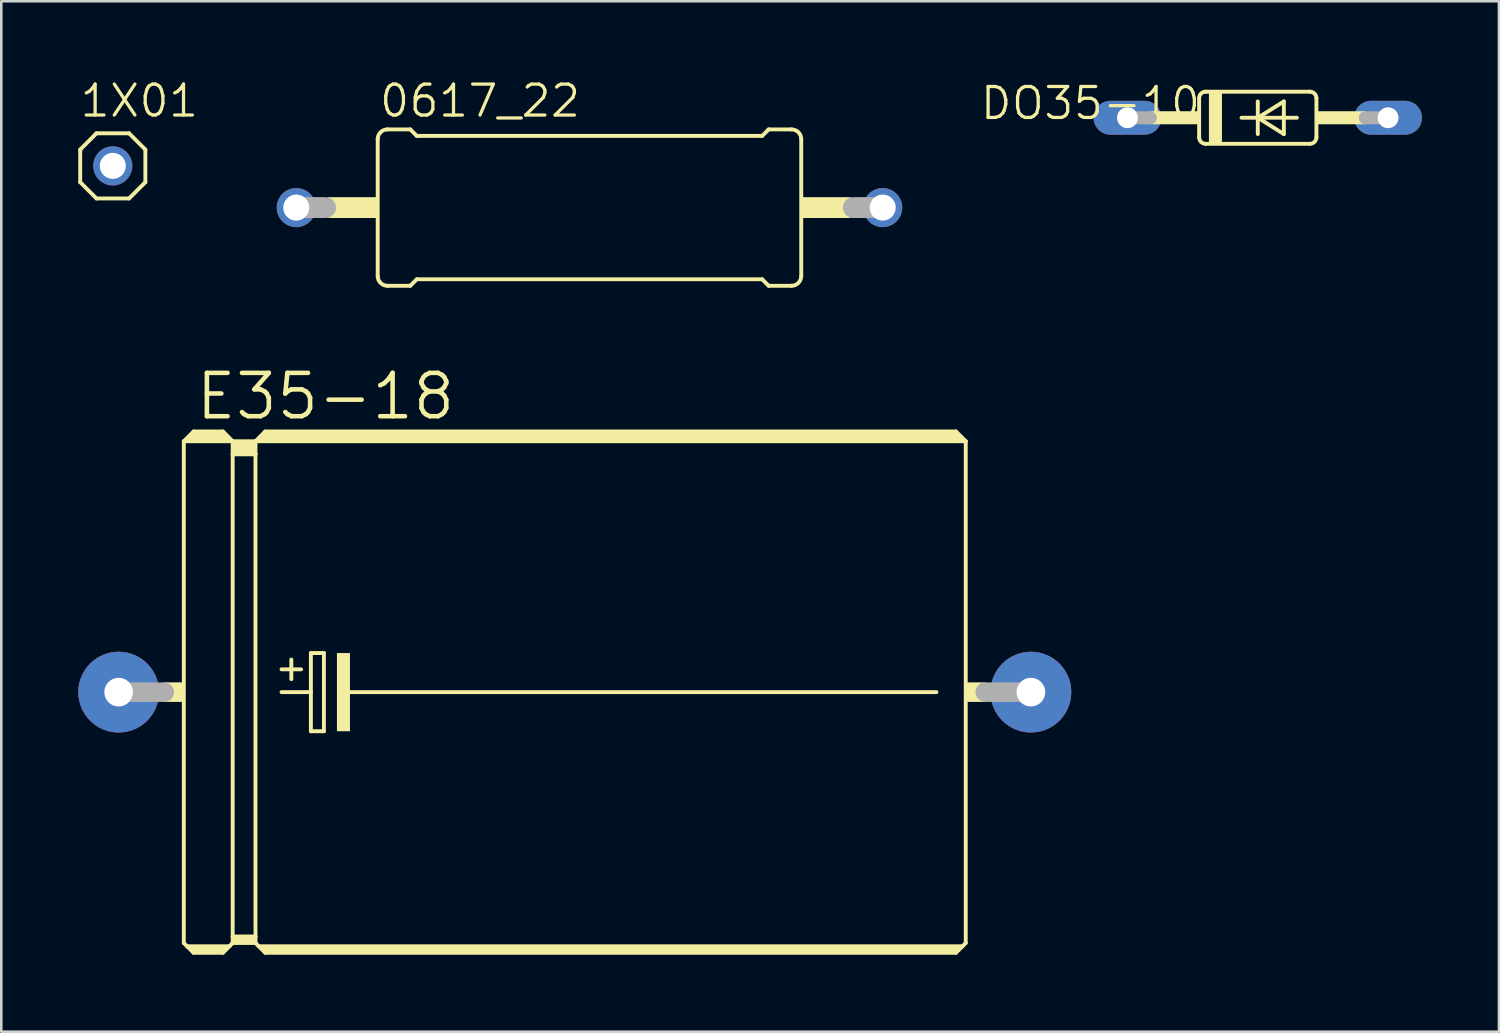
<source format=kicad_pcb>
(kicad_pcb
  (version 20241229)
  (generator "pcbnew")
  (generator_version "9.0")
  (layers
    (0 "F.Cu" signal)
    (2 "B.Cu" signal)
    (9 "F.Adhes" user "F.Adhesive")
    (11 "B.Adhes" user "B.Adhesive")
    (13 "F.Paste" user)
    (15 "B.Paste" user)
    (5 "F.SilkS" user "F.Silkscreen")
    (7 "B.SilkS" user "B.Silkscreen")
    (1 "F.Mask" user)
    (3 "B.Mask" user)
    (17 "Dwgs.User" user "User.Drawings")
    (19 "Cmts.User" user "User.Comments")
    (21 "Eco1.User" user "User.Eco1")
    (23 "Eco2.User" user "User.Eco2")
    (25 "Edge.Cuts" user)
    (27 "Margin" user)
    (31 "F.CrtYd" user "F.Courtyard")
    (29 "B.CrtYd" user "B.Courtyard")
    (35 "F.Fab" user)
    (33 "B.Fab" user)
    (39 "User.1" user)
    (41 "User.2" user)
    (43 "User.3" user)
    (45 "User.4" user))
  (footprint "1X01"
    (layer "F.Cu")
    (at 1.346 3.416)
    (property "Reference" "1X01" (at -1.346 -1.829 0) (layer "F.SilkS") (effects (font (size 1.206 1.206) (thickness 0.127)) (justify left bottom)))
    (attr through_hole)
    (fp_line (start -1.27 -0.635) (end -1.27 0.635) (stroke (width 0.152) (type solid)) (layer "F.SilkS"))
    (fp_line (start -1.27 0.635) (end -0.635 1.27) (stroke (width 0.152) (type solid)) (layer "F.SilkS"))
    (fp_line (start -0.635 -1.27) (end -1.27 -0.635) (stroke (width 0.152) (type solid)) (layer "F.SilkS"))
    (fp_line (start -0.635 -1.27) (end 0.635 -1.27) (stroke (width 0.152) (type solid)) (layer "F.SilkS"))
    (fp_line (start 0.635 -1.27) (end 1.27 -0.635) (stroke (width 0.152) (type solid)) (layer "F.SilkS"))
    (fp_line (start 0.635 1.27) (end -0.635 1.27) (stroke (width 0.152) (type solid)) (layer "F.SilkS"))
    (fp_line (start 1.27 -0.635) (end 1.27 0.635) (stroke (width 0.152) (type solid)) (layer "F.SilkS"))
    (fp_line (start 1.27 0.635) (end 0.635 1.27) (stroke (width 0.152) (type solid)) (layer "F.SilkS"))
    (fp_poly (pts (xy -0.254 0.254) (xy 0.254 0.254) (xy 0.254 -0.254) (xy -0.254 -0.254)) (stroke (width 0.1) (type solid)) (fill no) (layer "F.Fab"))
    (pad "1" thru_hole circle (at 0 0) (size 1.524 1.524) (drill 1.016) (layers "*.Cu" "*.Mask")))
  (footprint "E35-18"
    (layer "F.Cu")
    (at 19.355 23.93)
    (property "Reference" "E35-18" (at -14.859 -10.541 0) (layer "F.SilkS") (effects (font (size 1.689 1.689) (thickness 0.178)) (justify left bottom)))
    (attr through_hole)
    (fp_line (start -15.24 -9.779) (end -15.24 9.779) (stroke (width 0.152) (type solid)) (layer "F.SilkS"))
    (fp_line (start -15.24 -9.779) (end -14.859 -10.16) (stroke (width 0.152) (type solid)) (layer "F.SilkS"))
    (fp_line (start -15.24 -9.779) (end -13.335 -9.779) (stroke (width 0.152) (type solid)) (layer "F.SilkS"))
    (fp_line (start -15.24 9.779) (end -15.113 9.906) (stroke (width 0.152) (type solid)) (layer "F.SilkS"))
    (fp_line (start -15.113 9.906) (end -14.859 10.16) (stroke (width 0.152) (type solid)) (layer "F.SilkS"))
    (fp_line (start -15.113 9.906) (end -13.462 9.906) (stroke (width 0.152) (type solid)) (layer "F.SilkS"))
    (fp_line (start -14.986 -9.906) (end -13.589 -9.906) (stroke (width 0.305) (type solid)) (layer "F.SilkS"))
    (fp_line (start -14.859 -10.16) (end -13.716 -10.16) (stroke (width 0.152) (type solid)) (layer "F.SilkS"))
    (fp_line (start -14.859 -10.033) (end -13.716 -10.033) (stroke (width 0.305) (type solid)) (layer "F.SilkS"))
    (fp_line (start -14.859 10.033) (end -13.716 10.033) (stroke (width 0.305) (type solid)) (layer "F.SilkS"))
    (fp_line (start -14.859 10.16) (end -13.716 10.16) (stroke (width 0.152) (type solid)) (layer "F.SilkS"))
    (fp_line (start -13.462 9.906) (end -13.716 10.16) (stroke (width 0.152) (type solid)) (layer "F.SilkS"))
    (fp_line (start -13.335 -9.779) (end -13.716 -10.16) (stroke (width 0.152) (type solid)) (layer "F.SilkS"))
    (fp_line (start -13.335 -9.779) (end -13.335 -9.271) (stroke (width 0.152) (type solid)) (layer "F.SilkS"))
    (fp_line (start -13.335 -9.779) (end -12.446 -9.779) (stroke (width 0.152) (type solid)) (layer "F.SilkS"))
    (fp_line (start -13.335 -9.271) (end -13.335 9.525) (stroke (width 0.152) (type solid)) (layer "F.SilkS"))
    (fp_line (start -13.335 -9.271) (end -12.446 -9.271) (stroke (width 0.152) (type solid)) (layer "F.SilkS"))
    (fp_line (start -13.335 9.525) (end -13.335 9.779) (stroke (width 0.152) (type solid)) (layer "F.SilkS"))
    (fp_line (start -13.335 9.525) (end -12.446 9.525) (stroke (width 0.152) (type solid)) (layer "F.SilkS"))
    (fp_line (start -13.335 9.779) (end -13.462 9.906) (stroke (width 0.152) (type solid)) (layer "F.SilkS"))
    (fp_line (start -13.335 9.779) (end -12.446 9.779) (stroke (width 0.152) (type solid)) (layer "F.SilkS"))
    (fp_line (start -13.208 -9.652) (end -12.573 -9.652) (stroke (width 0.305) (type solid)) (layer "F.SilkS"))
    (fp_line (start -13.208 -9.398) (end -12.573 -9.398) (stroke (width 0.305) (type solid)) (layer "F.SilkS"))
    (fp_line (start -13.208 9.652) (end -12.573 9.652) (stroke (width 0.305) (type solid)) (layer "F.SilkS"))
    (fp_line (start -12.446 -9.779) (end -12.446 -9.271) (stroke (width 0.152) (type solid)) (layer "F.SilkS"))
    (fp_line (start -12.446 -9.779) (end -12.065 -10.16) (stroke (width 0.152) (type solid)) (layer "F.SilkS"))
    (fp_line (start -12.446 -9.779) (end 15.24 -9.779) (stroke (width 0.152) (type solid)) (layer "F.SilkS"))
    (fp_line (start -12.446 -9.271) (end -12.446 9.525) (stroke (width 0.152) (type solid)) (layer "F.SilkS"))
    (fp_line (start -12.446 9.525) (end -12.446 9.779) (stroke (width 0.152) (type solid)) (layer "F.SilkS"))
    (fp_line (start -12.319 9.906) (end -12.446 9.779) (stroke (width 0.152) (type solid)) (layer "F.SilkS"))
    (fp_line (start -12.319 9.906) (end 15.113 9.906) (stroke (width 0.152) (type solid)) (layer "F.SilkS"))
    (fp_line (start -12.192 -9.906) (end 14.986 -9.906) (stroke (width 0.305) (type solid)) (layer "F.SilkS"))
    (fp_line (start -12.065 -10.033) (end 14.859 -10.033) (stroke (width 0.305) (type solid)) (layer "F.SilkS"))
    (fp_line (start -12.065 10.033) (end 14.859 10.033) (stroke (width 0.305) (type solid)) (layer "F.SilkS"))
    (fp_line (start -12.065 10.16) (end -12.319 9.906) (stroke (width 0.152) (type solid)) (layer "F.SilkS"))
    (fp_line (start -11.43 -0.889) (end -10.668 -0.889) (stroke (width 0.152) (type solid)) (layer "F.SilkS"))
    (fp_line (start -11.43 0) (end -10.287 0) (stroke (width 0.152) (type solid)) (layer "F.SilkS"))
    (fp_line (start -11.049 -1.27) (end -11.049 -0.508) (stroke (width 0.152) (type solid)) (layer "F.SilkS"))
    (fp_line (start -10.287 -1.524) (end -10.287 0) (stroke (width 0.152) (type solid)) (layer "F.SilkS"))
    (fp_line (start -10.287 0) (end -10.287 1.524) (stroke (width 0.152) (type solid)) (layer "F.SilkS"))
    (fp_line (start -10.287 1.524) (end -9.779 1.524) (stroke (width 0.152) (type solid)) (layer "F.SilkS"))
    (fp_line (start -9.779 -1.524) (end -10.287 -1.524) (stroke (width 0.152) (type solid)) (layer "F.SilkS"))
    (fp_line (start -9.779 1.524) (end -9.779 -1.524) (stroke (width 0.152) (type solid)) (layer "F.SilkS"))
    (fp_line (start -8.89 0) (end 14.097 0) (stroke (width 0.152) (type solid)) (layer "F.SilkS"))
    (fp_line (start 14.859 -10.16) (end -12.065 -10.16) (stroke (width 0.152) (type solid)) (layer "F.SilkS"))
    (fp_line (start 14.859 10.16) (end -12.065 10.16) (stroke (width 0.152) (type solid)) (layer "F.SilkS"))
    (fp_line (start 15.113 9.906) (end 14.859 10.16) (stroke (width 0.152) (type solid)) (layer "F.SilkS"))
    (fp_line (start 15.24 -9.779) (end 14.859 -10.16) (stroke (width 0.152) (type solid)) (layer "F.SilkS"))
    (fp_line (start 15.24 -9.779) (end 15.24 9.779) (stroke (width 0.152) (type solid)) (layer "F.SilkS"))
    (fp_line (start 15.24 9.779) (end 15.113 9.906) (stroke (width 0.152) (type solid)) (layer "F.SilkS"))
    (fp_poly (pts (xy -16.002 0.381) (xy -15.24 0.381) (xy -15.24 -0.381) (xy -16.002 -0.381)) (stroke (width 0) (type solid)) (fill yes) (layer "F.SilkS"))
    (fp_poly (pts (xy -9.271 1.524) (xy -8.763 1.524) (xy -8.763 -1.524) (xy -9.271 -1.524)) (stroke (width 0) (type solid)) (fill yes) (layer "F.SilkS"))
    (fp_poly (pts (xy 15.24 0.381) (xy 16.002 0.381) (xy 16.002 -0.381) (xy 15.24 -0.381)) (stroke (width 0) (type solid)) (fill yes) (layer "F.SilkS"))
    (fp_line (start -17.78 0) (end -16.002 0) (stroke (width 0.762) (type solid)) (layer "F.Fab"))
    (fp_line (start 17.78 0) (end 16.002 0) (stroke (width 0.762) (type solid)) (layer "F.Fab"))
    (pad "+" thru_hole circle (at -17.78 0) (size 3.15 3.15) (drill 1.118) (layers "*.Cu" "*.Mask"))
    (pad "-" thru_hole circle (at 17.78 0) (size 3.15 3.15) (drill 1.118) (layers "*.Cu" "*.Mask")))
  (footprint "DO35-10"
    (layer "F.Cu")
    (at 45.979 1.54)
    (property "Reference" "DO35-10" (at -2.159 -1.27 0) (layer "F.SilkS") (effects (font (size 1.206 1.206) (thickness 0.127)) (justify right top)))
    (attr through_hole)
    (fp_line (start -2.286 -0.762) (end -2.286 0.762) (stroke (width 0.152) (type solid)) (layer "F.SilkS"))
    (fp_line (start -2.032 -1.016) (end 2.032 -1.016) (stroke (width 0.152) (type solid)) (layer "F.SilkS"))
    (fp_line (start -2.032 1.016) (end 2.032 1.016) (stroke (width 0.152) (type solid)) (layer "F.SilkS"))
    (fp_line (start -0.635 0) (end 0 0) (stroke (width 0.152) (type solid)) (layer "F.SilkS"))
    (fp_line (start 0 -0.635) (end 0 0) (stroke (width 0.152) (type solid)) (layer "F.SilkS"))
    (fp_line (start 0 0) (end 0 0.635) (stroke (width 0.152) (type solid)) (layer "F.SilkS"))
    (fp_line (start 0 0) (end 1.016 -0.635) (stroke (width 0.152) (type solid)) (layer "F.SilkS"))
    (fp_line (start 0 0) (end 1.524 0) (stroke (width 0.152) (type solid)) (layer "F.SilkS"))
    (fp_line (start 1.016 -0.635) (end 1.016 0.635) (stroke (width 0.152) (type solid)) (layer "F.SilkS"))
    (fp_line (start 1.016 0.635) (end 0 0) (stroke (width 0.152) (type solid)) (layer "F.SilkS"))
    (fp_line (start 2.286 0.762) (end 2.286 -0.762) (stroke (width 0.152) (type solid)) (layer "F.SilkS"))
    (fp_arc (start -2.286 -0.762) (mid -2.211605 -0.941605) (end -2.032 -1.016) (stroke (width 0.1524) (type solid)) (layer "F.SilkS"))
    (fp_arc (start -2.032 1.016) (mid -2.211605 0.941605) (end -2.286 0.762) (stroke (width 0.1524) (type solid)) (layer "F.SilkS"))
    (fp_arc (start 2.032 -1.016) (mid 2.211605 -0.941605) (end 2.286 -0.762) (stroke (width 0.1524) (type solid)) (layer "F.SilkS"))
    (fp_arc (start 2.286 0.762) (mid 2.211605 0.941605) (end 2.032 1.016) (stroke (width 0.1524) (type solid)) (layer "F.SilkS"))
    (fp_poly (pts (xy -4.191 0.254) (xy -2.286 0.254) (xy -2.286 -0.254) (xy -4.191 -0.254)) (stroke (width 0) (type solid)) (fill yes) (layer "F.SilkS"))
    (fp_poly (pts (xy -1.905 1.016) (xy -1.397 1.016) (xy -1.397 -1.016) (xy -1.905 -1.016)) (stroke (width 0) (type solid)) (fill yes) (layer "F.SilkS"))
    (fp_poly (pts (xy 2.286 0.254) (xy 4.191 0.254) (xy 4.191 -0.254) (xy 2.286 -0.254)) (stroke (width 0) (type solid)) (fill yes) (layer "F.SilkS"))
    (fp_line (start -5.08 0) (end -4.191 0) (stroke (width 0.508) (type solid)) (layer "F.Fab"))
    (fp_line (start 5.08 0) (end 4.191 0) (stroke (width 0.508) (type solid)) (layer "F.Fab"))
    (pad "A" thru_hole oval (at 5.08 0) (size 2.642 1.321) (drill 0.813) (layers "*.Cu" "*.Mask"))
    (pad "C" thru_hole oval (at -5.08 0) (size 2.642 1.321) (drill 0.813) (layers "*.Cu" "*.Mask")))
  (footprint "0617_22"
    (layer "F.Cu")
    (at 19.928 5.042)
    (property "Reference" "0617_22" (at -8.255 -3.454 0) (layer "F.SilkS") (effects (font (size 1.206 1.206) (thickness 0.127)) (justify left bottom)))
    (attr through_hole)
    (fp_line (start -8.255 2.667) (end -8.255 -2.667) (stroke (width 0.152) (type solid)) (layer "F.SilkS"))
    (fp_line (start -7.874 -3.048) (end -6.985 -3.048) (stroke (width 0.152) (type solid)) (layer "F.SilkS"))
    (fp_line (start -7.874 3.048) (end -6.985 3.048) (stroke (width 0.152) (type solid)) (layer "F.SilkS"))
    (fp_line (start -6.731 -2.794) (end -6.985 -3.048) (stroke (width 0.152) (type solid)) (layer "F.SilkS"))
    (fp_line (start -6.731 2.794) (end -6.985 3.048) (stroke (width 0.152) (type solid)) (layer "F.SilkS"))
    (fp_line (start 6.731 -2.794) (end -6.731 -2.794) (stroke (width 0.152) (type solid)) (layer "F.SilkS"))
    (fp_line (start 6.731 -2.794) (end 6.985 -3.048) (stroke (width 0.152) (type solid)) (layer "F.SilkS"))
    (fp_line (start 6.731 2.794) (end -6.731 2.794) (stroke (width 0.152) (type solid)) (layer "F.SilkS"))
    (fp_line (start 6.731 2.794) (end 6.985 3.048) (stroke (width 0.152) (type solid)) (layer "F.SilkS"))
    (fp_line (start 7.874 -3.048) (end 6.985 -3.048) (stroke (width 0.152) (type solid)) (layer "F.SilkS"))
    (fp_line (start 7.874 3.048) (end 6.985 3.048) (stroke (width 0.152) (type solid)) (layer "F.SilkS"))
    (fp_line (start 8.255 2.667) (end 8.255 -2.667) (stroke (width 0.152) (type solid)) (layer "F.SilkS"))
    (fp_arc (start -8.255 -2.667) (mid -8.143408 -2.936408) (end -7.874 -3.048) (stroke (width 0.1524) (type solid)) (layer "F.SilkS"))
    (fp_arc (start -7.874 3.048) (mid -8.143408 2.936408) (end -8.255 2.667) (stroke (width 0.1524) (type solid)) (layer "F.SilkS"))
    (fp_arc (start 7.874 -3.048) (mid 8.143408 -2.936408) (end 8.255 -2.667) (stroke (width 0.1524) (type solid)) (layer "F.SilkS"))
    (fp_arc (start 8.255 2.667) (mid 8.143408 2.936408) (end 7.874 3.048) (stroke (width 0.1524) (type solid)) (layer "F.SilkS"))
    (fp_poly (pts (xy -10.185 0.406) (xy -8.255 0.406) (xy -8.255 -0.406) (xy -10.185 -0.406)) (stroke (width 0) (type solid)) (fill yes) (layer "F.SilkS"))
    (fp_poly (pts (xy 8.255 0.406) (xy 10.185 0.406) (xy 10.185 -0.406) (xy 8.255 -0.406)) (stroke (width 0) (type solid)) (fill yes) (layer "F.SilkS"))
    (fp_line (start -10.287 0) (end -11.43 0) (stroke (width 0.813) (type solid)) (layer "F.Fab"))
    (fp_line (start 11.43 0) (end 10.287 0) (stroke (width 0.813) (type solid)) (layer "F.Fab"))
    (pad "1" thru_hole circle (at -11.43 0) (size 1.524 1.524) (drill 1.016) (layers "*.Cu" "*.Mask"))
    (pad "2" thru_hole circle (at 11.43 0) (size 1.524 1.524) (drill 1.016) (layers "*.Cu" "*.Mask")))
  (gr_rect
    (start -3 -3)
    (end 55.38 37.166)
    (stroke (width 0.1) (type default))
    (fill no)
    (layer "Edge.Cuts")))
</source>
